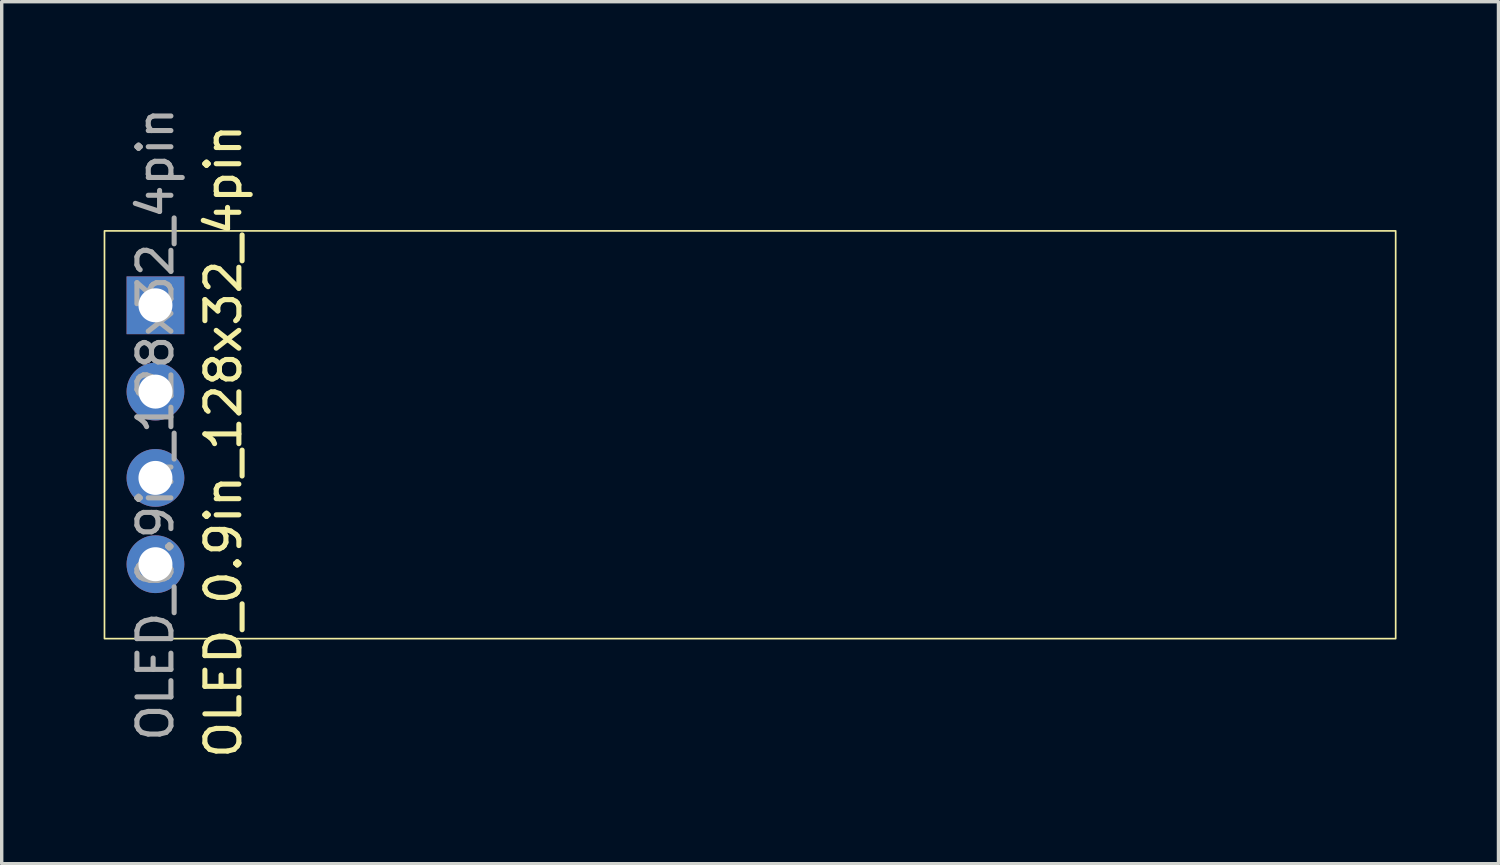
<source format=kicad_pcb>
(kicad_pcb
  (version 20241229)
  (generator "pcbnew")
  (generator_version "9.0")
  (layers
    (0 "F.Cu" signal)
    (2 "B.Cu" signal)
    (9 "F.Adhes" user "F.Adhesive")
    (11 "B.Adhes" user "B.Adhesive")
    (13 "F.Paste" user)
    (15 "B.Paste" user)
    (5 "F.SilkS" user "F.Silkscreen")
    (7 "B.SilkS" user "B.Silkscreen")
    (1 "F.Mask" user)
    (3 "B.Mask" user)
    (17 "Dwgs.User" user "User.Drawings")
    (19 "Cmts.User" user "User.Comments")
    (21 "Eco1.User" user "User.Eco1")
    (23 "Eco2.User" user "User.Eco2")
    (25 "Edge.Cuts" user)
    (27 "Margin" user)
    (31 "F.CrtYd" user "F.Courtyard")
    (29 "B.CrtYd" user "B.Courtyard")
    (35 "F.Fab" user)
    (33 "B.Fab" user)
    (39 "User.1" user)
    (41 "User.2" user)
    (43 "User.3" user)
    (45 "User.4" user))
  (footprint "OLED_0.9in_128x32_4pin"
    (layer "F.Cu")
    (at 1.525 5.935)
    (property "Reference" "OLED_0.9in_128x32_4pin" (at 2 4 90) (layer "F.SilkS") (effects (font (size 1 1) (thickness 0.15))))
    (attr through_hole)
    (fp_rect (start -1.5 -2.19) (end 36.5 9.81) (stroke (width 0.05) (type default)) (fill no) (layer "F.SilkS"))
    (fp_text user "${REFERENCE}" (at 0 3.5 90) (layer "F.Fab") (effects (font (size 1 1) (thickness 0.15))))
    (pad "1" thru_hole rect (at 0 0) (size 1.7 1.7) (drill 1) (layers "*.Cu" "*.Mask"))
    (pad "2" thru_hole oval (at 0 2.54) (size 1.7 1.7) (drill 1) (layers "*.Cu" "*.Mask"))
    (pad "3" thru_hole oval (at 0 5.08) (size 1.7 1.7) (drill 1) (layers "*.Cu" "*.Mask"))
    (pad "4" thru_hole oval (at 0 7.62) (size 1.7 1.7) (drill 1) (layers "*.Cu" "*.Mask")))
  (gr_rect
    (start -3 -3)
    (end 41.05 22.369)
    (stroke (width 0.1) (type default))
    (fill no)
    (layer "Edge.Cuts")))
</source>
